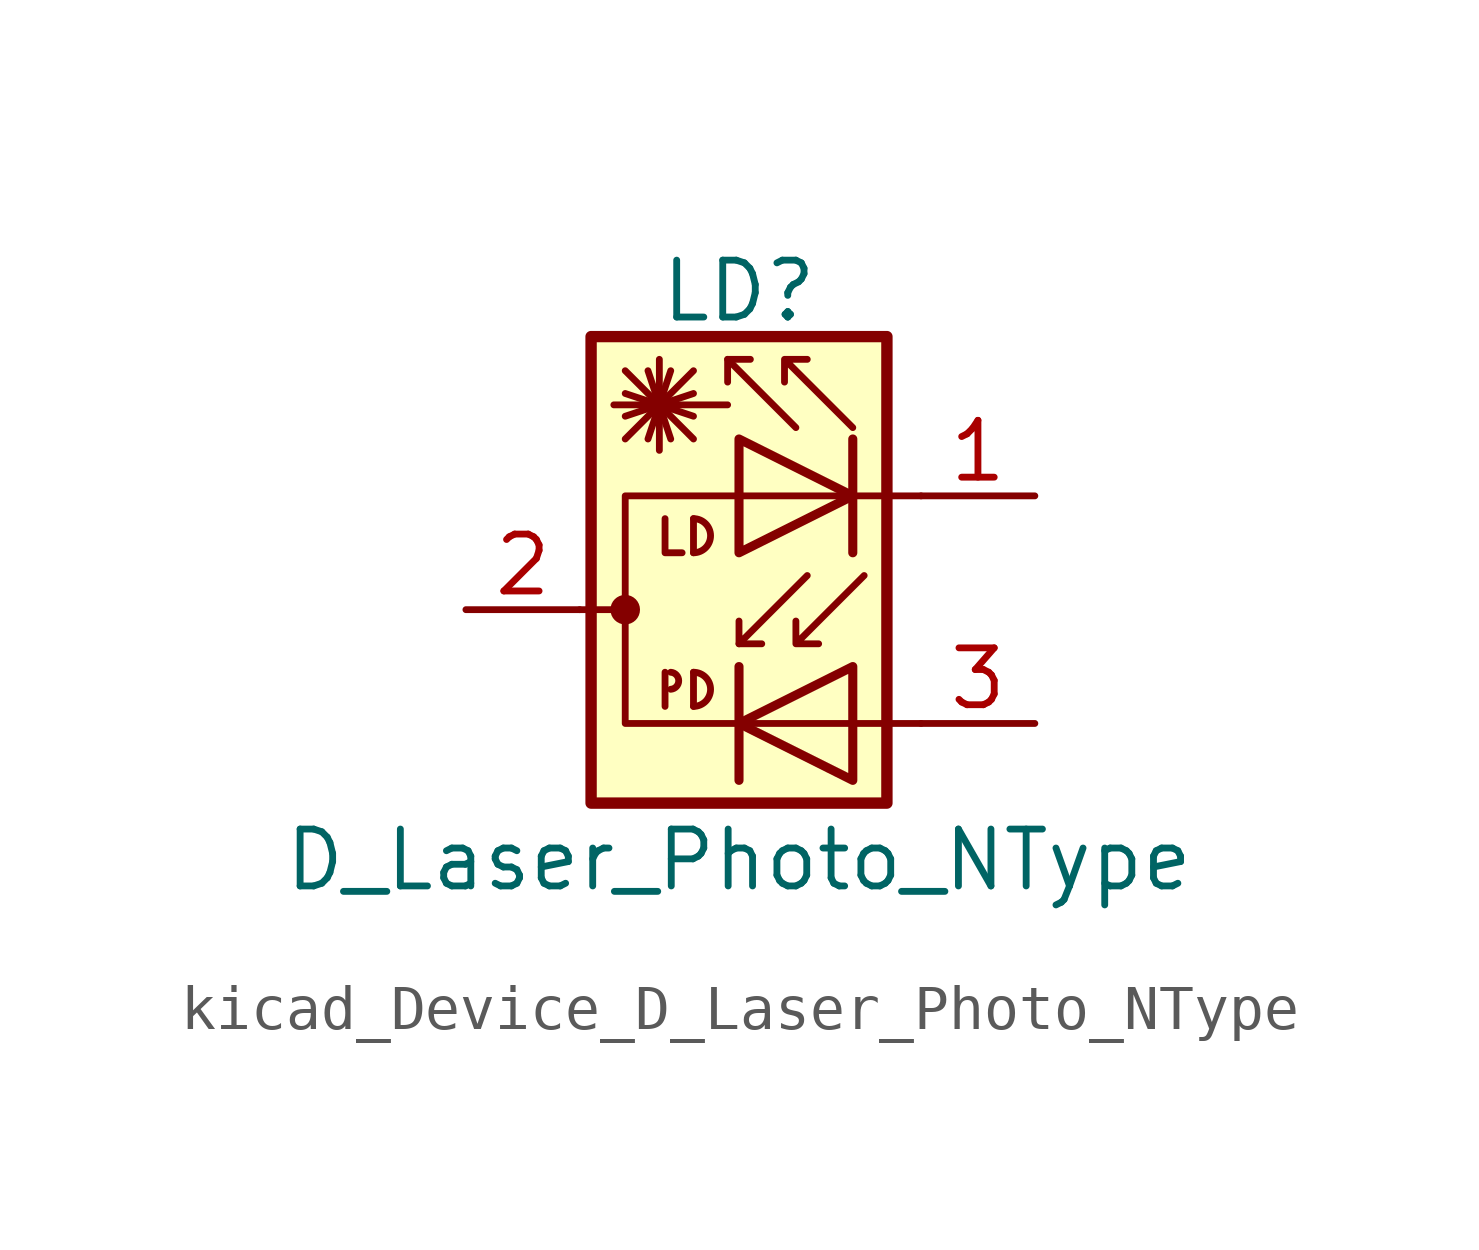
<source format=kicad_sym>
(kicad_symbol_lib
  (version 20220914)
  (generator kicad_symbol_editor)
  (symbol "kicad_Device_D_Laser_Photo_NType"
    (pin_names hide)
    (property "Reference" "LD"
      (at 1.016 7.112 0)
      (effects (font (size 1.27 1.27))))
    (property "Value" "D_Laser_Photo_NType"
      (at 1.016 -5.588 0)
      (effects (font (size 1.27 1.27))))
    (symbol "kicad_Device_D_Laser_Photo_NType_0_1"
      (circle (center -1.524 0) (radius 0.254) (stroke (width 0) (type default)) (fill (type outline)))
      (arc (start -0.508 -1.778) (mid -0.3302 -1.6002) (end -0.508 -1.397) (stroke (width 0) (type default)) (fill (type none)))
      (arc (start 0 -2.159) (mid 0.3794 -1.778) (end 0 -1.397) (stroke (width 0) (type default)) (fill (type none)))
      (polyline (pts (xy -2.54 0) (xy -1.524 0)) (stroke (width 0) (type default)) (fill (type none)))
      (polyline (pts (xy -1.524 3.81) (xy 0 5.334)) (stroke (width 0) (type default)) (fill (type none)))
      (polyline (pts (xy -1.524 4.318) (xy 0 4.826)) (stroke (width 0) (type default)) (fill (type none)))
      (polyline (pts (xy -1.524 4.826) (xy 0 4.318)) (stroke (width 0) (type default)) (fill (type none)))
      (polyline (pts (xy -1.524 5.334) (xy 0 3.81)) (stroke (width 0) (type default)) (fill (type none)))
      (polyline (pts (xy -1.016 5.334) (xy -0.508 3.81)) (stroke (width 0) (type default)) (fill (type none)))
      (polyline (pts (xy -0.762 4.572) (xy -0.762 3.556)) (stroke (width 0) (type default)) (fill (type none)))
      (polyline (pts (xy -0.762 4.572) (xy -0.762 5.588)) (stroke (width 0) (type default)) (fill (type none)))
      (polyline (pts (xy -0.635 -1.397) (xy -0.635 -2.159)) (stroke (width 0) (type default)) (fill (type none)))
      (polyline (pts (xy -0.508 5.334) (xy -1.016 3.81)) (stroke (width 0) (type default)) (fill (type none)))
      (polyline (pts (xy 0 -1.397) (xy 0 -2.159)) (stroke (width 0) (type default)) (fill (type none)))
      (polyline (pts (xy 0 2.032) (xy 0 1.27)) (stroke (width 0) (type default)) (fill (type none)))
      (polyline (pts (xy 0.762 4.572) (xy -1.778 4.572)) (stroke (width 0) (type default)) (fill (type none)))
      (polyline (pts (xy 0.762 5.588) (xy 1.27 5.588)) (stroke (width 0) (type default)) (fill (type none)))
      (polyline (pts (xy 1.016 -1.27) (xy 1.016 -3.81)) (stroke (width 0.203) (type default)) (fill (type none)))
      (polyline (pts (xy 1.016 -0.762) (xy 1.524 -0.762)) (stroke (width 0) (type default)) (fill (type none)))
      (polyline (pts (xy 3.556 3.81) (xy 3.556 1.27)) (stroke (width 0.203) (type default)) (fill (type none)))
      (polyline (pts (xy -0.635 2.032) (xy -0.635 1.27) (xy -0.254 1.27)) (stroke (width 0) (type default)) (fill (type none)))
      (polyline (pts (xy 2.286 4.064) (xy 0.762 5.588) (xy 0.762 5.08)) (stroke (width 0) (type default)) (fill (type none)))
      (polyline (pts (xy 2.54 0.762) (xy 1.016 -0.762) (xy 1.016 -0.254)) (stroke (width 0) (type default)) (fill (type none)))
      (polyline (pts (xy 3.556 -1.27) (xy 3.556 -3.81) (xy 1.016 -2.54) (xy 3.556 -1.27)) (stroke (width 0.203) (type default)) (fill (type none)))
      (polyline (pts (xy 5.08 2.54) (xy -1.524 2.54) (xy -1.524 -2.54) (xy 5.08 -2.54)) (stroke (width 0) (type default)) (fill (type none)))
      (polyline (pts (xy 3.556 4.064) (xy 2.032 5.588) (xy 2.032 5.08) (xy 2.032 5.588) (xy 2.54 5.588)) (stroke (width 0) (type default)) (fill (type none)))
      (polyline (pts (xy 3.81 0.762) (xy 2.286 -0.762) (xy 2.286 -0.254) (xy 2.286 -0.762) (xy 2.794 -0.762)) (stroke (width 0) (type default)) (fill (type none)))
      (arc (start 0 1.27) (mid 0.3794 1.651) (end 0 2.032) (stroke (width 0) (type default)) (fill (type none)))
      (rectangle (start 4.318 6.096) (end -2.286 -4.318) (stroke (width 0.254) (type default)) (fill (type background))))
    (symbol "kicad_Device_D_Laser_Photo_NType_1_1"
      (polyline (pts (xy 1.016 3.81) (xy 1.016 1.27) (xy 3.556 2.54) (xy 1.016 3.81)) (stroke (width 0.203) (type default)) (fill (type none)))
      (pin passive line (at 7.62 2.54 180) (length 2.54) (name "~" (effects (font (size 1.27 1.27)))) (number "1" (effects (font (size 1.27 1.27)))))
      (pin passive line (at -5.08 0 0) (length 2.54) (name "~" (effects (font (size 1.27 1.27)))) (number "2" (effects (font (size 1.27 1.27)))))
      (pin passive line (at 7.62 -2.54 180) (length 2.54) (name "~" (effects (font (size 1.27 1.27)))) (number "3" (effects (font (size 1.27 1.27))))))))
</source>
